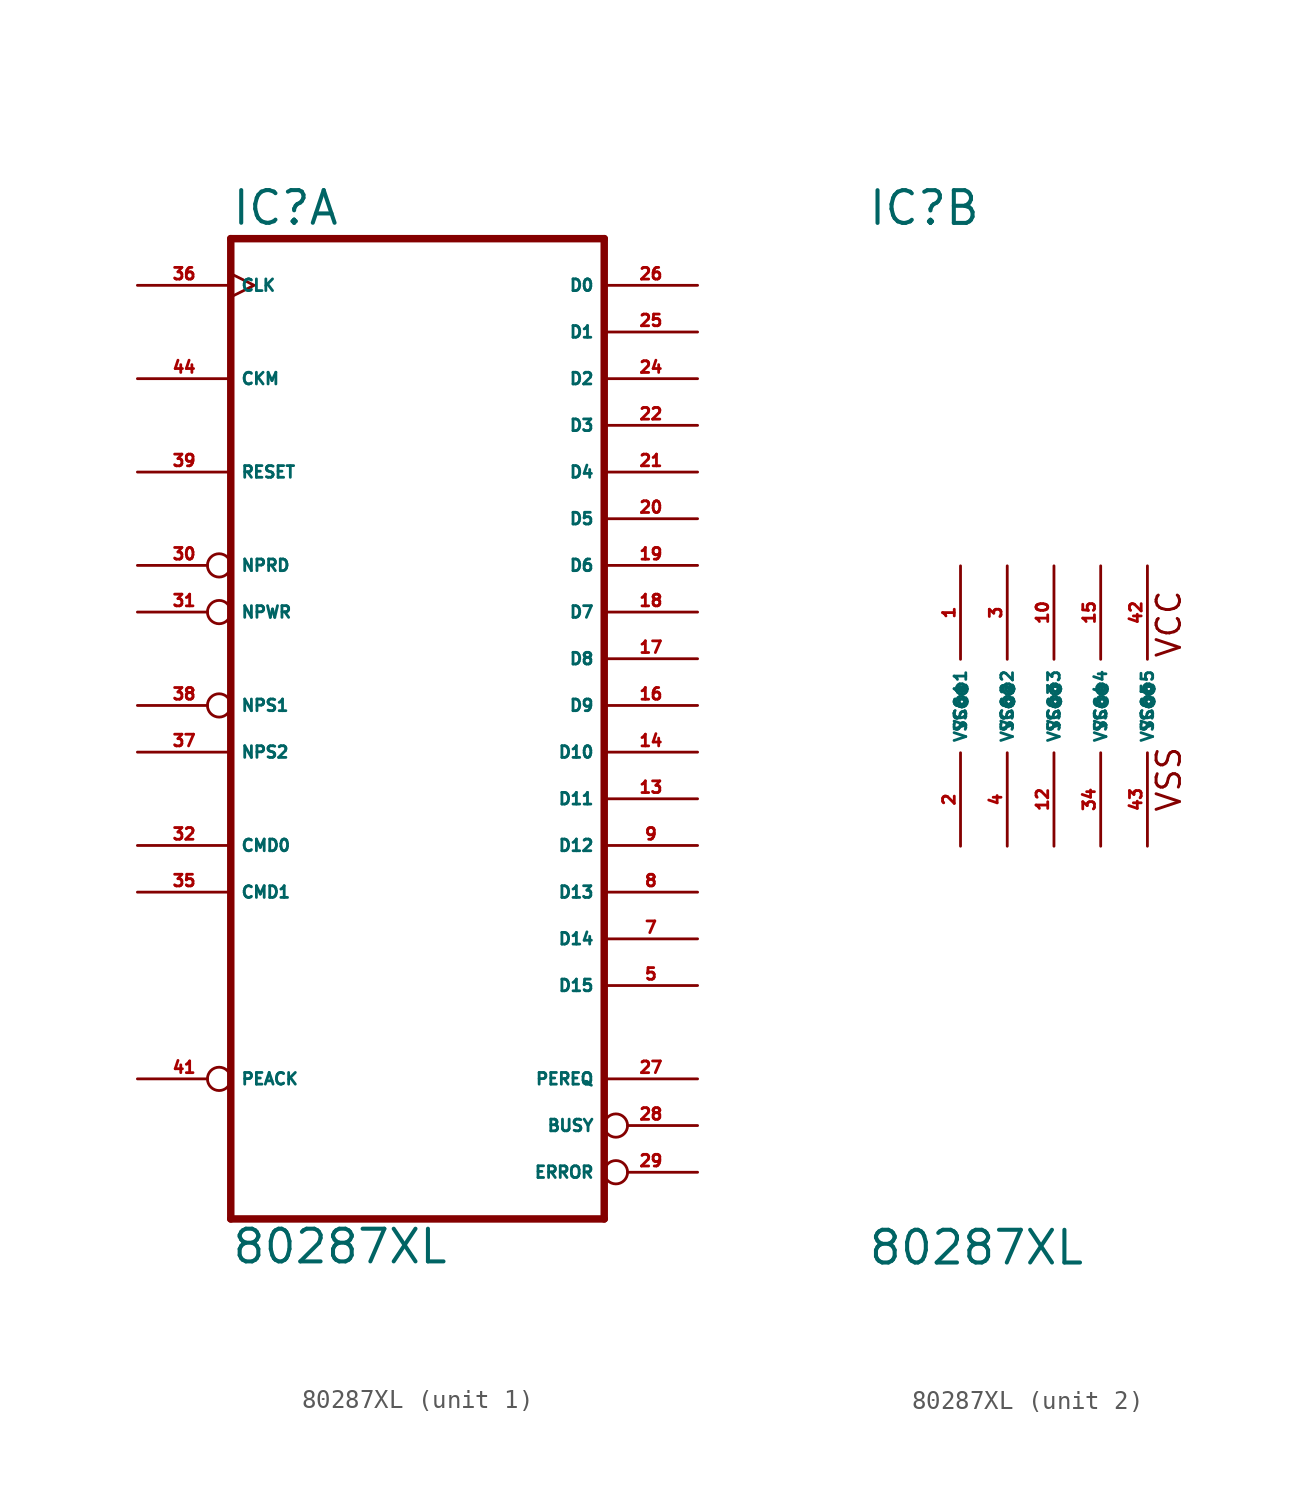
<source format=kicad_sym>
(kicad_symbol_lib
  (version 20220914)
  (generator Eagle2Kicad)
  (symbol "80287XL"
    (property "Reference" "IC"
      (at -10.16 26.035 0)
      (effects (font (size 1.778 1.778) (thickness 0.22)) (justify left bottom)))
    (property "Value" "80287XL"
      (at -10.16 -30.48 0)
      (effects (font (size 1.778 1.778) (thickness 0.22)) (justify left bottom)))
    (symbol "80287XL_1_0"
      (polyline (pts (xy -10.16 -27.94) (xy 10.16 -27.94)) (stroke (width 0.406) (type default)) (fill (type none)))
      (polyline (pts (xy 10.16 25.4) (xy 10.16 -27.94)) (stroke (width 0.406) (type default)) (fill (type none)))
      (polyline (pts (xy 10.16 25.4) (xy -10.16 25.4)) (stroke (width 0.406) (type default)) (fill (type none)))
      (polyline (pts (xy -10.16 -27.94) (xy -10.16 25.4)) (stroke (width 0.406) (type default)) (fill (type none)))
      (pin input clock (at -15.24 22.86 0) (length 5.08) (name "CLK" (effects (font (size 0.635 0.635) (thickness 0.08)) (justify left bottom))) (number "36" (effects (font (size 0.635 0.635) (thickness 0.08)) (justify left bottom))))
      (pin input line (at -15.24 17.78 0) (length 5.08) (name "CKM" (effects (font (size 0.635 0.635) (thickness 0.08)) (justify left bottom))) (number "44" (effects (font (size 0.635 0.635) (thickness 0.08)) (justify left bottom))))
      (pin input line (at -15.24 12.7 0) (length 5.08) (name "RESET" (effects (font (size 0.635 0.635) (thickness 0.08)) (justify left bottom))) (number "39" (effects (font (size 0.635 0.635) (thickness 0.08)) (justify left bottom))))
      (pin input inverted (at -15.24 -20.32 0) (length 5.08) (name "PEACK" (effects (font (size 0.635 0.635) (thickness 0.08)) (justify left bottom))) (number "41" (effects (font (size 0.635 0.635) (thickness 0.08)) (justify left bottom))))
      (pin input inverted (at -15.24 7.62 0) (length 5.08) (name "NPRD" (effects (font (size 0.635 0.635) (thickness 0.08)) (justify left bottom))) (number "30" (effects (font (size 0.635 0.635) (thickness 0.08)) (justify left bottom))))
      (pin output line (at 15.24 -20.32 180) (length 5.08) (name "PEREQ" (effects (font (size 0.635 0.635) (thickness 0.08)) (justify left bottom))) (number "27" (effects (font (size 0.635 0.635) (thickness 0.08)) (justify left bottom))))
      (pin output inverted (at 15.24 -22.86 180) (length 5.08) (name "BUSY" (effects (font (size 0.635 0.635) (thickness 0.08)) (justify left bottom))) (number "28" (effects (font (size 0.635 0.635) (thickness 0.08)) (justify left bottom))))
      (pin output inverted (at 15.24 -25.4 180) (length 5.08) (name "ERROR" (effects (font (size 0.635 0.635) (thickness 0.08)) (justify left bottom))) (number "29" (effects (font (size 0.635 0.635) (thickness 0.08)) (justify left bottom))))
      (pin bidirectional line (at 15.24 22.86 180) (length 5.08) (name "D0" (effects (font (size 0.635 0.635) (thickness 0.08)) (justify left bottom))) (number "26" (effects (font (size 0.635 0.635) (thickness 0.08)) (justify left bottom))))
      (pin bidirectional line (at 15.24 20.32 180) (length 5.08) (name "D1" (effects (font (size 0.635 0.635) (thickness 0.08)) (justify left bottom))) (number "25" (effects (font (size 0.635 0.635) (thickness 0.08)) (justify left bottom))))
      (pin bidirectional line (at 15.24 17.78 180) (length 5.08) (name "D2" (effects (font (size 0.635 0.635) (thickness 0.08)) (justify left bottom))) (number "24" (effects (font (size 0.635 0.635) (thickness 0.08)) (justify left bottom))))
      (pin bidirectional line (at 15.24 15.24 180) (length 5.08) (name "D3" (effects (font (size 0.635 0.635) (thickness 0.08)) (justify left bottom))) (number "22" (effects (font (size 0.635 0.635) (thickness 0.08)) (justify left bottom))))
      (pin bidirectional line (at 15.24 12.7 180) (length 5.08) (name "D4" (effects (font (size 0.635 0.635) (thickness 0.08)) (justify left bottom))) (number "21" (effects (font (size 0.635 0.635) (thickness 0.08)) (justify left bottom))))
      (pin bidirectional line (at 15.24 10.16 180) (length 5.08) (name "D5" (effects (font (size 0.635 0.635) (thickness 0.08)) (justify left bottom))) (number "20" (effects (font (size 0.635 0.635) (thickness 0.08)) (justify left bottom))))
      (pin bidirectional line (at 15.24 7.62 180) (length 5.08) (name "D6" (effects (font (size 0.635 0.635) (thickness 0.08)) (justify left bottom))) (number "19" (effects (font (size 0.635 0.635) (thickness 0.08)) (justify left bottom))))
      (pin bidirectional line (at 15.24 5.08 180) (length 5.08) (name "D7" (effects (font (size 0.635 0.635) (thickness 0.08)) (justify left bottom))) (number "18" (effects (font (size 0.635 0.635) (thickness 0.08)) (justify left bottom))))
      (pin bidirectional line (at 15.24 2.54 180) (length 5.08) (name "D8" (effects (font (size 0.635 0.635) (thickness 0.08)) (justify left bottom))) (number "17" (effects (font (size 0.635 0.635) (thickness 0.08)) (justify left bottom))))
      (pin bidirectional line (at 15.24 0 180) (length 5.08) (name "D9" (effects (font (size 0.635 0.635) (thickness 0.08)) (justify left bottom))) (number "16" (effects (font (size 0.635 0.635) (thickness 0.08)) (justify left bottom))))
      (pin bidirectional line (at 15.24 -2.54 180) (length 5.08) (name "D10" (effects (font (size 0.635 0.635) (thickness 0.08)) (justify left bottom))) (number "14" (effects (font (size 0.635 0.635) (thickness 0.08)) (justify left bottom))))
      (pin bidirectional line (at 15.24 -5.08 180) (length 5.08) (name "D11" (effects (font (size 0.635 0.635) (thickness 0.08)) (justify left bottom))) (number "13" (effects (font (size 0.635 0.635) (thickness 0.08)) (justify left bottom))))
      (pin bidirectional line (at 15.24 -7.62 180) (length 5.08) (name "D12" (effects (font (size 0.635 0.635) (thickness 0.08)) (justify left bottom))) (number "9" (effects (font (size 0.635 0.635) (thickness 0.08)) (justify left bottom))))
      (pin bidirectional line (at 15.24 -10.16 180) (length 5.08) (name "D13" (effects (font (size 0.635 0.635) (thickness 0.08)) (justify left bottom))) (number "8" (effects (font (size 0.635 0.635) (thickness 0.08)) (justify left bottom))))
      (pin bidirectional line (at 15.24 -12.7 180) (length 5.08) (name "D14" (effects (font (size 0.635 0.635) (thickness 0.08)) (justify left bottom))) (number "7" (effects (font (size 0.635 0.635) (thickness 0.08)) (justify left bottom))))
      (pin bidirectional line (at 15.24 -15.24 180) (length 5.08) (name "D15" (effects (font (size 0.635 0.635) (thickness 0.08)) (justify left bottom))) (number "5" (effects (font (size 0.635 0.635) (thickness 0.08)) (justify left bottom))))
      (pin input inverted (at -15.24 5.08 0) (length 5.08) (name "NPWR" (effects (font (size 0.635 0.635) (thickness 0.08)) (justify left bottom))) (number "31" (effects (font (size 0.635 0.635) (thickness 0.08)) (justify left bottom))))
      (pin input inverted (at -15.24 0 0) (length 5.08) (name "NPS1" (effects (font (size 0.635 0.635) (thickness 0.08)) (justify left bottom))) (number "38" (effects (font (size 0.635 0.635) (thickness 0.08)) (justify left bottom))))
      (pin input line (at -15.24 -2.54 0) (length 5.08) (name "NPS2" (effects (font (size 0.635 0.635) (thickness 0.08)) (justify left bottom))) (number "37" (effects (font (size 0.635 0.635) (thickness 0.08)) (justify left bottom))))
      (pin input line (at -15.24 -7.62 0) (length 5.08) (name "CMD0" (effects (font (size 0.635 0.635) (thickness 0.08)) (justify left bottom))) (number "32" (effects (font (size 0.635 0.635) (thickness 0.08)) (justify left bottom))))
      (pin input line (at -15.24 -10.16 0) (length 5.08) (name "CMD1" (effects (font (size 0.635 0.635) (thickness 0.08)) (justify left bottom))) (number "35" (effects (font (size 0.635 0.635) (thickness 0.08)) (justify left bottom)))))
    (symbol "80287XL_2_0"
      (text "VCC" (at 6.985 2.54 900) (effects (font (size 1.27 1.27) (thickness 0.16)) (justify left bottom)))
      (text "VSS" (at 6.985 -5.842 900) (effects (font (size 1.27 1.27) (thickness 0.16)) (justify left bottom)))
      (pin unspecified line (at -5.08 7.62 270) (length 5.08) (name "VCC@1" (effects (font (size 0.635 0.635) (thickness 0.08)) (justify left bottom))) (number "1" (effects (font (size 0.635 0.635) (thickness 0.08)) (justify left bottom))))
      (pin unspecified line (at -2.54 7.62 270) (length 5.08) (name "VCC@2" (effects (font (size 0.635 0.635) (thickness 0.08)) (justify left bottom))) (number "3" (effects (font (size 0.635 0.635) (thickness 0.08)) (justify left bottom))))
      (pin unspecified line (at 0 7.62 270) (length 5.08) (name "VCC@3" (effects (font (size 0.635 0.635) (thickness 0.08)) (justify left bottom))) (number "10" (effects (font (size 0.635 0.635) (thickness 0.08)) (justify left bottom))))
      (pin unspecified line (at 2.54 7.62 270) (length 5.08) (name "VCC@4" (effects (font (size 0.635 0.635) (thickness 0.08)) (justify left bottom))) (number "15" (effects (font (size 0.635 0.635) (thickness 0.08)) (justify left bottom))))
      (pin unspecified line (at 5.08 7.62 270) (length 5.08) (name "VCC@5" (effects (font (size 0.635 0.635) (thickness 0.08)) (justify left bottom))) (number "42" (effects (font (size 0.635 0.635) (thickness 0.08)) (justify left bottom))))
      (pin unspecified line (at -5.08 -7.62 90) (length 5.08) (name "VSS@1" (effects (font (size 0.635 0.635) (thickness 0.08)) (justify left bottom))) (number "2" (effects (font (size 0.635 0.635) (thickness 0.08)) (justify left bottom))))
      (pin unspecified line (at -2.54 -7.62 90) (length 5.08) (name "VSS@2" (effects (font (size 0.635 0.635) (thickness 0.08)) (justify left bottom))) (number "4" (effects (font (size 0.635 0.635) (thickness 0.08)) (justify left bottom))))
      (pin unspecified line (at 0 -7.62 90) (length 5.08) (name "VSS@3" (effects (font (size 0.635 0.635) (thickness 0.08)) (justify left bottom))) (number "12" (effects (font (size 0.635 0.635) (thickness 0.08)) (justify left bottom))))
      (pin unspecified line (at 2.54 -7.62 90) (length 5.08) (name "VSS@4" (effects (font (size 0.635 0.635) (thickness 0.08)) (justify left bottom))) (number "34" (effects (font (size 0.635 0.635) (thickness 0.08)) (justify left bottom))))
      (pin unspecified line (at 5.08 -7.62 90) (length 5.08) (name "VSS@5" (effects (font (size 0.635 0.635) (thickness 0.08)) (justify left bottom))) (number "43" (effects (font (size 0.635 0.635) (thickness 0.08)) (justify left bottom)))))))
</source>
